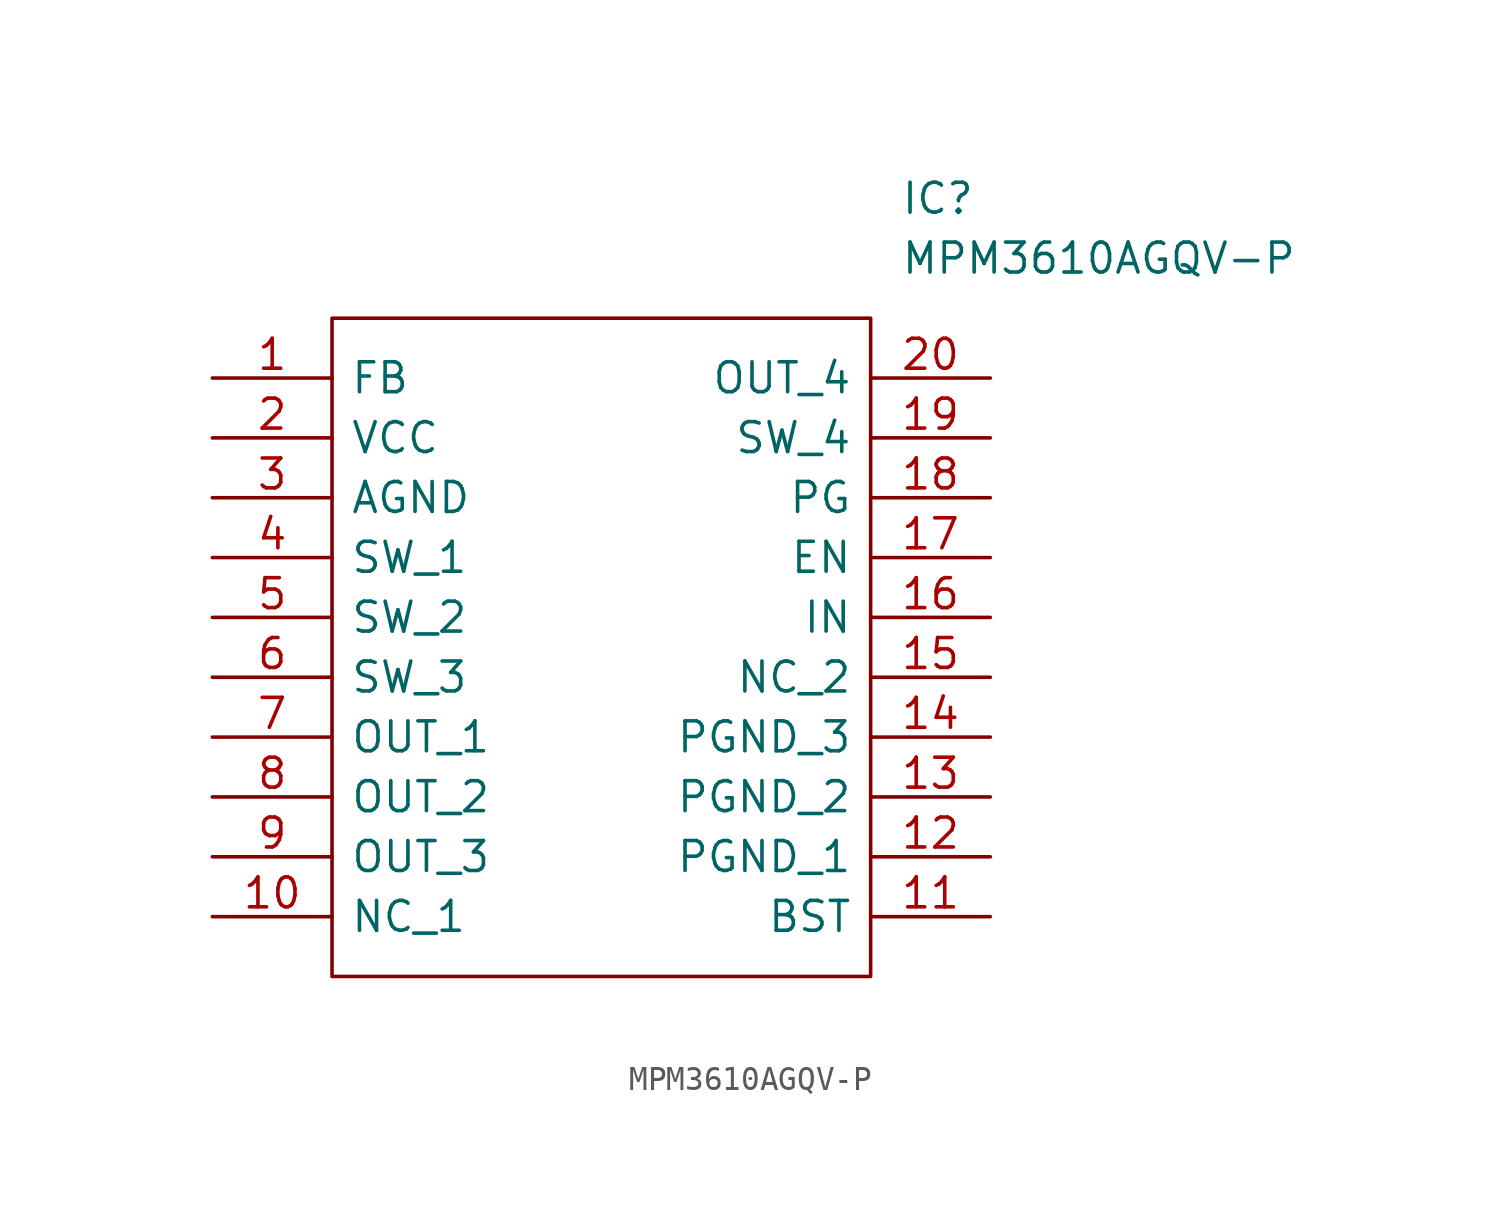
<source format=kicad_sym>
(kicad_symbol_lib
  (version 20211014)
  (generator kicad_symbol_editor)
  (symbol "MPM3610AGQV-P"
    (pin_names
      (offset 0.762))
    (property "Reference" "IC"
      (at 29.21 7.62 0)
      (effects (font (size 1.27 1.27)) (justify left)))
    (property "Value" "MPM3610AGQV-P"
      (at 29.21 5.08 0)
      (effects (font (size 1.27 1.27)) (justify left)))
    (symbol "MPM3610AGQV-P_0_0"
      (pin passive line (at 0 0 0) (length 5.08) (name "FB" (effects (font (size 1.27 1.27)))) (number "1" (effects (font (size 1.27 1.27)))))
      (pin passive line (at 0 -22.86 0) (length 5.08) (name "NC_1" (effects (font (size 1.27 1.27)))) (number "10" (effects (font (size 1.27 1.27)))))
      (pin passive line (at 33.02 -22.86 180) (length 5.08) (name "BST" (effects (font (size 1.27 1.27)))) (number "11" (effects (font (size 1.27 1.27)))))
      (pin passive line (at 33.02 -20.32 180) (length 5.08) (name "PGND_1" (effects (font (size 1.27 1.27)))) (number "12" (effects (font (size 1.27 1.27)))))
      (pin passive line (at 33.02 -17.78 180) (length 5.08) (name "PGND_2" (effects (font (size 1.27 1.27)))) (number "13" (effects (font (size 1.27 1.27)))))
      (pin passive line (at 33.02 -15.24 180) (length 5.08) (name "PGND_3" (effects (font (size 1.27 1.27)))) (number "14" (effects (font (size 1.27 1.27)))))
      (pin passive line (at 33.02 -12.7 180) (length 5.08) (name "NC_2" (effects (font (size 1.27 1.27)))) (number "15" (effects (font (size 1.27 1.27)))))
      (pin passive line (at 33.02 -10.16 180) (length 5.08) (name "IN" (effects (font (size 1.27 1.27)))) (number "16" (effects (font (size 1.27 1.27)))))
      (pin passive line (at 33.02 -7.62 180) (length 5.08) (name "EN" (effects (font (size 1.27 1.27)))) (number "17" (effects (font (size 1.27 1.27)))))
      (pin passive line (at 33.02 -5.08 180) (length 5.08) (name "PG" (effects (font (size 1.27 1.27)))) (number "18" (effects (font (size 1.27 1.27)))))
      (pin passive line (at 33.02 -2.54 180) (length 5.08) (name "SW_4" (effects (font (size 1.27 1.27)))) (number "19" (effects (font (size 1.27 1.27)))))
      (pin passive line (at 0 -2.54 0) (length 5.08) (name "VCC" (effects (font (size 1.27 1.27)))) (number "2" (effects (font (size 1.27 1.27)))))
      (pin passive line (at 33.02 0 180) (length 5.08) (name "OUT_4" (effects (font (size 1.27 1.27)))) (number "20" (effects (font (size 1.27 1.27)))))
      (pin passive line (at 0 -5.08 0) (length 5.08) (name "AGND" (effects (font (size 1.27 1.27)))) (number "3" (effects (font (size 1.27 1.27)))))
      (pin passive line (at 0 -7.62 0) (length 5.08) (name "SW_1" (effects (font (size 1.27 1.27)))) (number "4" (effects (font (size 1.27 1.27)))))
      (pin passive line (at 0 -10.16 0) (length 5.08) (name "SW_2" (effects (font (size 1.27 1.27)))) (number "5" (effects (font (size 1.27 1.27)))))
      (pin passive line (at 0 -12.7 0) (length 5.08) (name "SW_3" (effects (font (size 1.27 1.27)))) (number "6" (effects (font (size 1.27 1.27)))))
      (pin passive line (at 0 -15.24 0) (length 5.08) (name "OUT_1" (effects (font (size 1.27 1.27)))) (number "7" (effects (font (size 1.27 1.27)))))
      (pin passive line (at 0 -17.78 0) (length 5.08) (name "OUT_2" (effects (font (size 1.27 1.27)))) (number "8" (effects (font (size 1.27 1.27)))))
      (pin passive line (at 0 -20.32 0) (length 5.08) (name "OUT_3" (effects (font (size 1.27 1.27)))) (number "9" (effects (font (size 1.27 1.27))))))
    (symbol "MPM3610AGQV-P_0_1"
      (polyline (pts (xy 5.08 2.54) (xy 27.94 2.54) (xy 27.94 -25.4) (xy 5.08 -25.4) (xy 5.08 2.54)) (stroke (width 0.152) (type default) (color 0 0 0 0)) (fill (type none))))))
</source>
